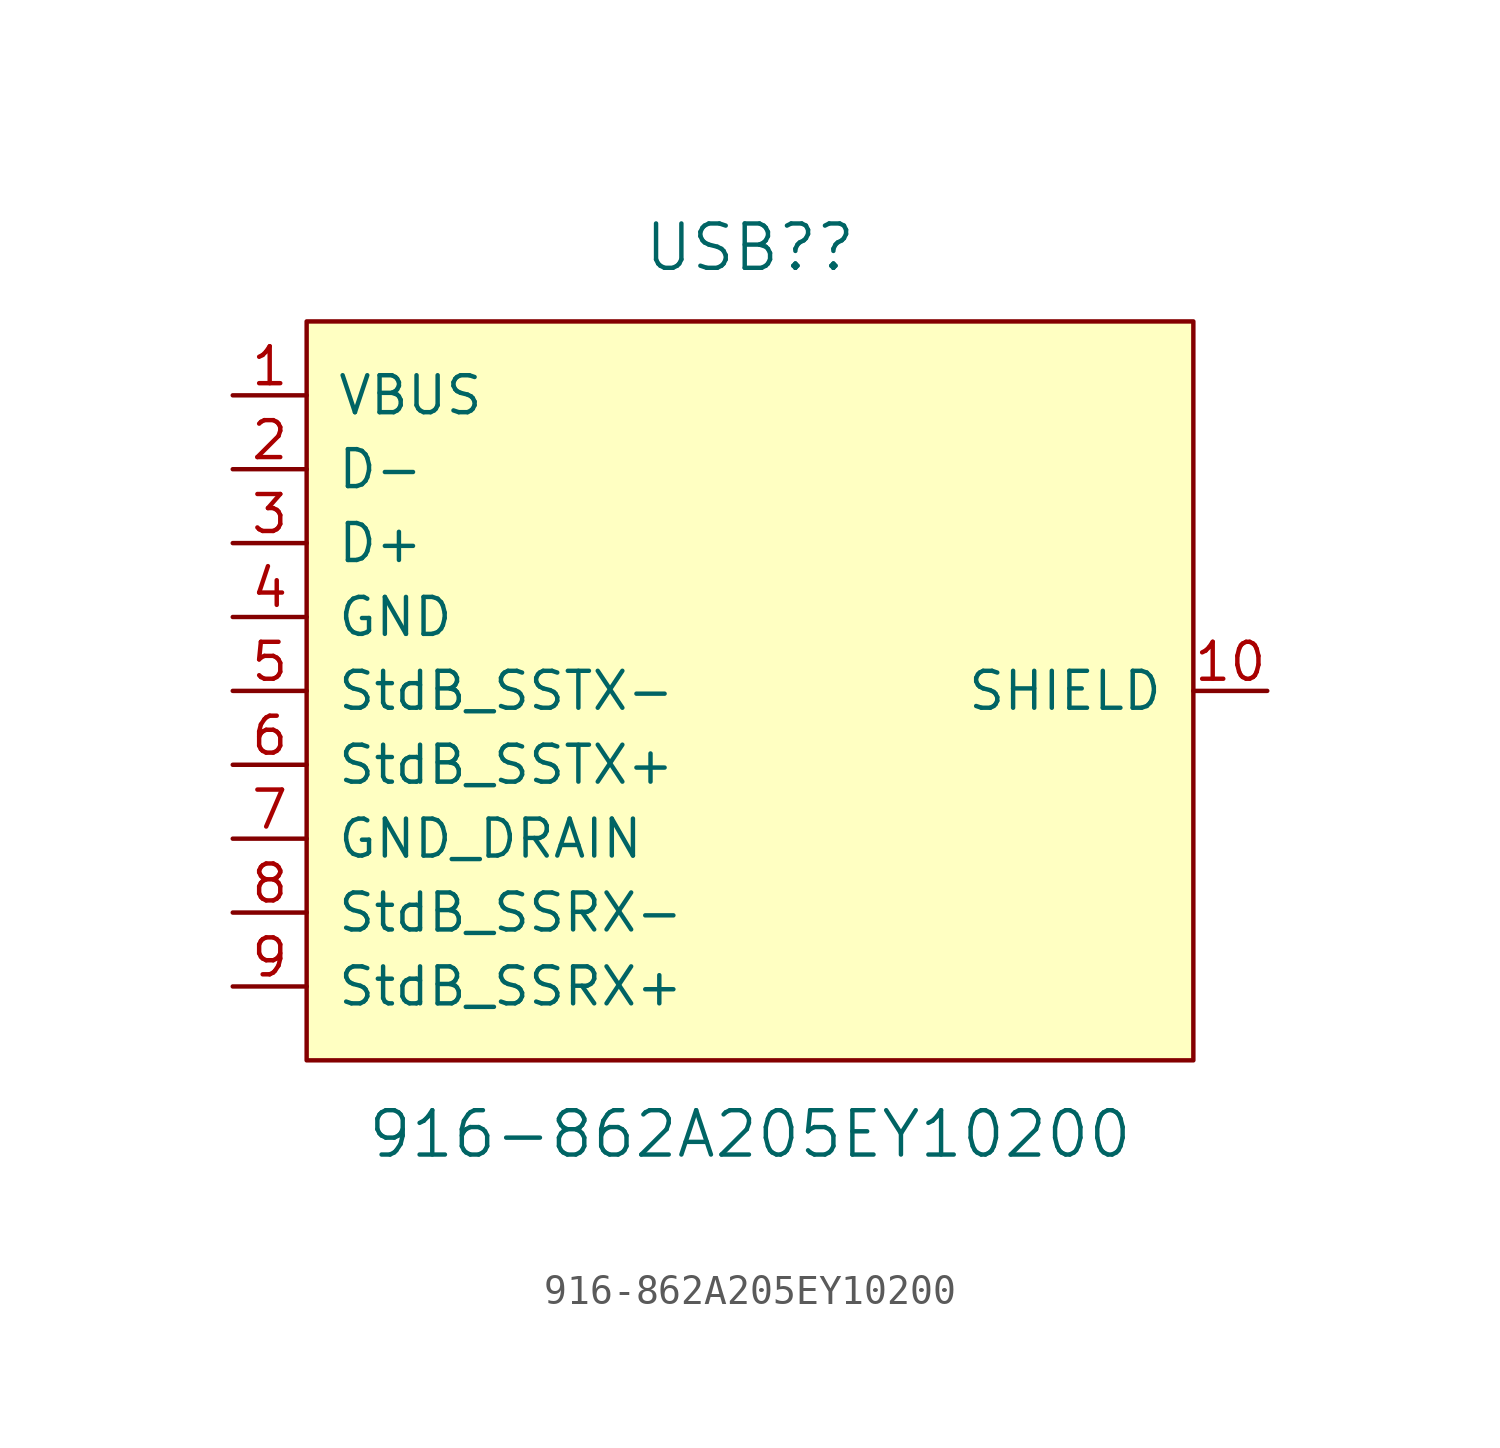
<source format=kicad_sym>
(kicad_symbol_lib
  (version 20211014)
  (generator kicad_symbol_editor)
  (symbol "916-862A205EY10200"
    (pin_names
      (offset 1.016))
    (property "Reference" "USB?"
      (at 0 15.24 0)
      (effects (font (size 1.524 1.524))))
    (property "Value" "916-862A205EY10200"
      (at 0 -15.24 0)
      (effects (font (size 1.524 1.524))))
    (property "ki_locked" ""
      (at 0 0 0)
      (effects (font (size 1.27 1.27))))
    (symbol "916-862A205EY10200_1_1"
      (rectangle (start -15.24 12.7) (end 15.24 -12.7) (stroke (width 0) (type default) (color 0 0 0 0)) (fill (type background)))
      (pin unspecified line (at -17.78 10.16 0) (length 2.54) (name "VBUS" (effects (font (size 1.27 1.27)))) (number "1" (effects (font (size 1.27 1.27)))))
      (pin unspecified line (at 17.78 0 180) (length 2.54) (name "SHIELD" (effects (font (size 1.27 1.27)))) (number "10" (effects (font (size 1.27 1.27)))))
      (pin unspecified line (at -17.78 7.62 0) (length 2.54) (name "D-" (effects (font (size 1.27 1.27)))) (number "2" (effects (font (size 1.27 1.27)))))
      (pin unspecified line (at -17.78 5.08 0) (length 2.54) (name "D+" (effects (font (size 1.27 1.27)))) (number "3" (effects (font (size 1.27 1.27)))))
      (pin unspecified line (at -17.78 2.54 0) (length 2.54) (name "GND" (effects (font (size 1.27 1.27)))) (number "4" (effects (font (size 1.27 1.27)))))
      (pin unspecified line (at -17.78 0 0) (length 2.54) (name "StdB_SSTX-" (effects (font (size 1.27 1.27)))) (number "5" (effects (font (size 1.27 1.27)))))
      (pin unspecified line (at -17.78 -2.54 0) (length 2.54) (name "StdB_SSTX+" (effects (font (size 1.27 1.27)))) (number "6" (effects (font (size 1.27 1.27)))))
      (pin unspecified line (at -17.78 -5.08 0) (length 2.54) (name "GND_DRAIN" (effects (font (size 1.27 1.27)))) (number "7" (effects (font (size 1.27 1.27)))))
      (pin unspecified line (at -17.78 -7.62 0) (length 2.54) (name "StdB_SSRX-" (effects (font (size 1.27 1.27)))) (number "8" (effects (font (size 1.27 1.27)))))
      (pin unspecified line (at -17.78 -10.16 0) (length 2.54) (name "StdB_SSRX+" (effects (font (size 1.27 1.27)))) (number "9" (effects (font (size 1.27 1.27))))))))
</source>
